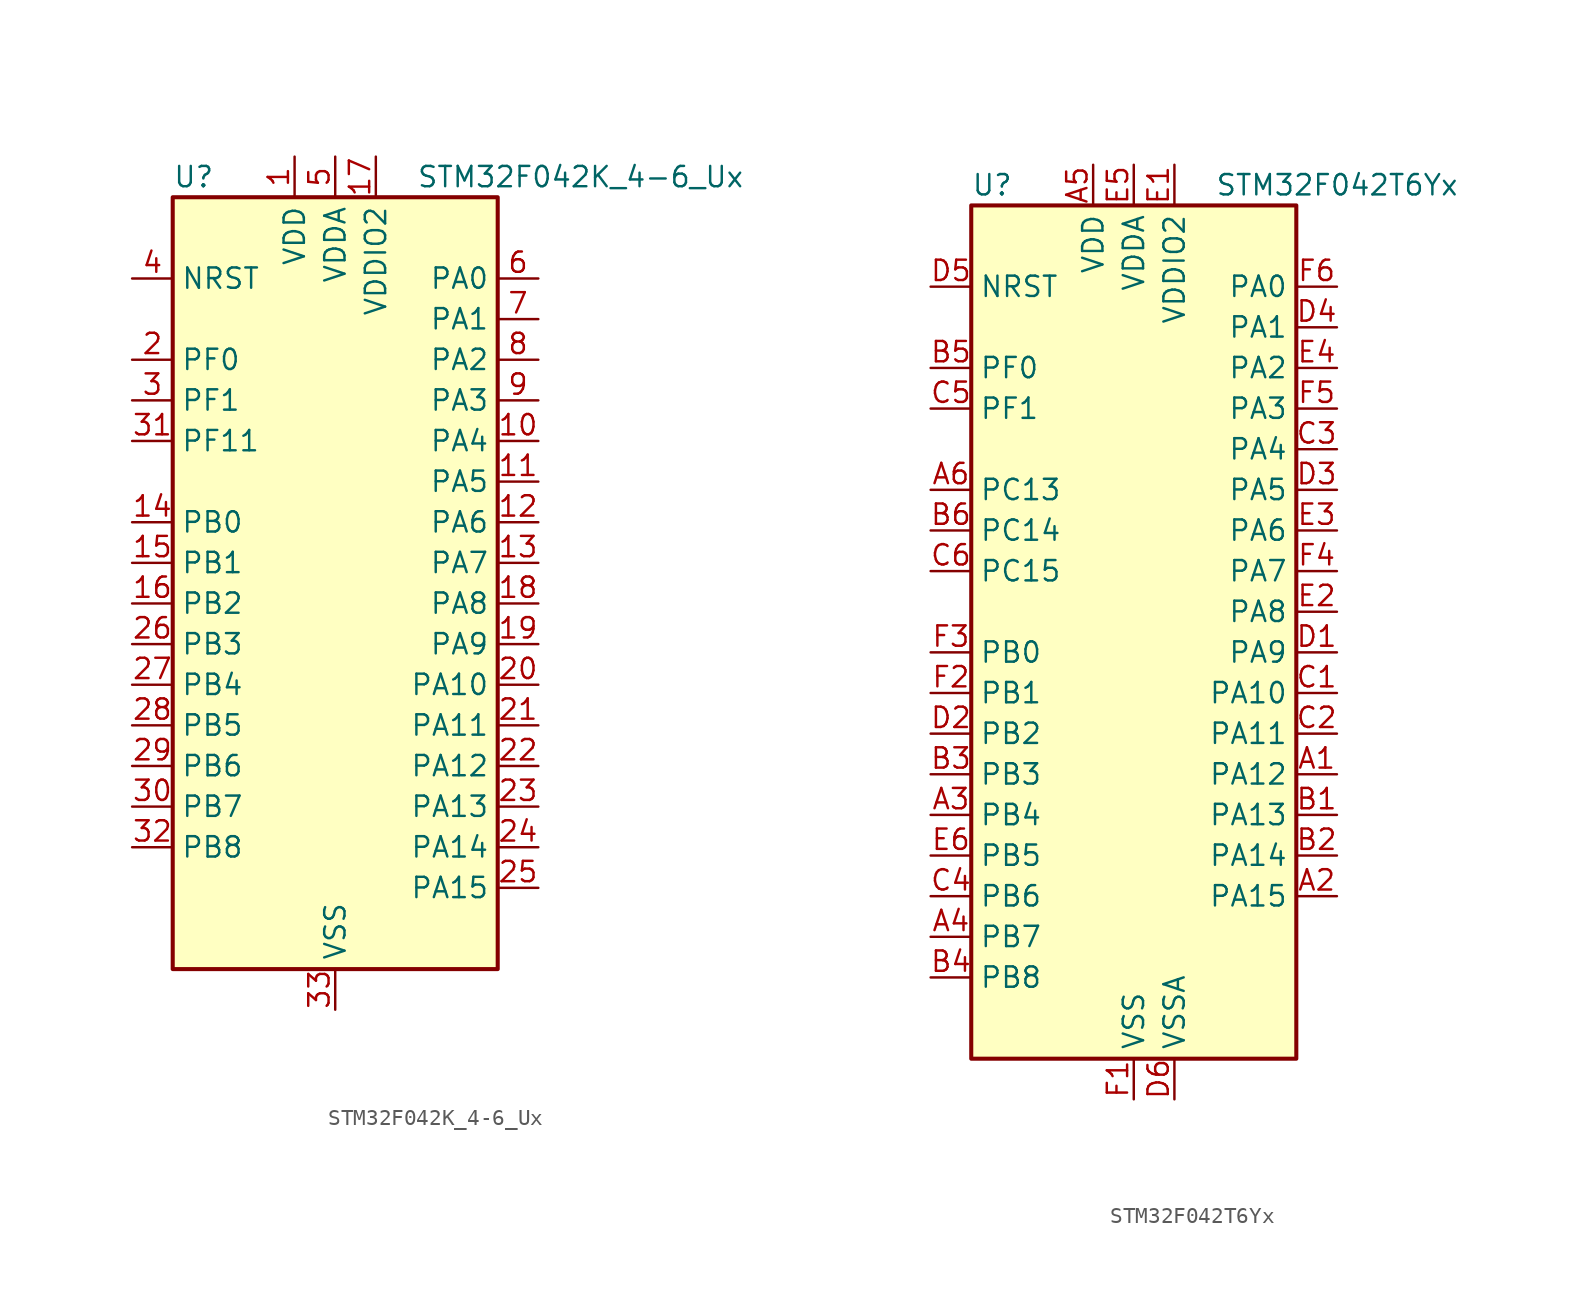
<source format=kicad_sym>
(kicad_symbol_lib
  (version 20241209)
  (generator "kicad_symbol_editor")
  (generator_version "9.0")
  (symbol "STM32F042K_4-6_Ux"
    (property "Reference" "U"
      (at -10.16 26.67 0)
      (effects (font (size 1.27 1.27)) (justify left)))
    (property "Value" "STM32F042K_4-6_Ux"
      (at 5.08 26.67 0)
      (effects (font (size 1.27 1.27)) (justify left)))
    (symbol "STM32F042K_4-6_Ux_0_1"
      (rectangle (start -10.16 -22.86) (end 10.16 25.4) (stroke (width 0.254) (type default)) (fill (type background))))
    (symbol "STM32F042K_4-6_Ux_1_1"
      (pin input line (at -12.7 20.32 0) (length 2.54) (name "NRST" (effects (font (size 1.27 1.27)))) (number "4" (effects (font (size 1.27 1.27)))))
      (pin bidirectional line (at -12.7 15.24 0) (length 2.54) (name "PF0" (effects (font (size 1.27 1.27)))) (number "2" (effects (font (size 1.27 1.27)))) (alternate "CRS_SYNC" bidirectional line) (alternate "I2C1_SDA" bidirectional line) (alternate "RCC_OSC_IN" bidirectional line))
      (pin bidirectional line (at -12.7 12.7 0) (length 2.54) (name "PF1" (effects (font (size 1.27 1.27)))) (number "3" (effects (font (size 1.27 1.27)))) (alternate "I2C1_SCL" bidirectional line) (alternate "RCC_OSC_OUT" bidirectional line))
      (pin bidirectional line (at -12.7 10.16 0) (length 2.54) (name "PF11" (effects (font (size 1.27 1.27)))) (number "31" (effects (font (size 1.27 1.27)))))
      (pin bidirectional line (at -12.7 5.08 0) (length 2.54) (name "PB0" (effects (font (size 1.27 1.27)))) (number "14" (effects (font (size 1.27 1.27)))) (alternate "ADC_IN8" bidirectional line) (alternate "TIM1_CH2N" bidirectional line) (alternate "TIM3_CH3" bidirectional line) (alternate "TSC_G3_IO2" bidirectional line))
      (pin bidirectional line (at -12.7 2.54 0) (length 2.54) (name "PB1" (effects (font (size 1.27 1.27)))) (number "15" (effects (font (size 1.27 1.27)))) (alternate "ADC_IN9" bidirectional line) (alternate "TIM14_CH1" bidirectional line) (alternate "TIM1_CH3N" bidirectional line) (alternate "TIM3_CH4" bidirectional line) (alternate "TSC_G3_IO3" bidirectional line))
      (pin bidirectional line (at -12.7 0 0) (length 2.54) (name "PB2" (effects (font (size 1.27 1.27)))) (number "16" (effects (font (size 1.27 1.27)))) (alternate "TSC_G3_IO4" bidirectional line))
      (pin bidirectional line (at -12.7 -2.54 0) (length 2.54) (name "PB3" (effects (font (size 1.27 1.27)))) (number "26" (effects (font (size 1.27 1.27)))) (alternate "I2S1_CK" bidirectional line) (alternate "SPI1_SCK" bidirectional line) (alternate "TIM2_CH2" bidirectional line) (alternate "TSC_G5_IO1" bidirectional line))
      (pin bidirectional line (at -12.7 -5.08 0) (length 2.54) (name "PB4" (effects (font (size 1.27 1.27)))) (number "27" (effects (font (size 1.27 1.27)))) (alternate "I2S1_MCK" bidirectional line) (alternate "SPI1_MISO" bidirectional line) (alternate "TIM17_BKIN" bidirectional line) (alternate "TIM3_CH1" bidirectional line) (alternate "TSC_G5_IO2" bidirectional line))
      (pin bidirectional line (at -12.7 -7.62 0) (length 2.54) (name "PB5" (effects (font (size 1.27 1.27)))) (number "28" (effects (font (size 1.27 1.27)))) (alternate "I2C1_SMBA" bidirectional line) (alternate "I2S1_SD" bidirectional line) (alternate "SPI1_MOSI" bidirectional line) (alternate "SYS_WKUP6" bidirectional line) (alternate "TIM16_BKIN" bidirectional line) (alternate "TIM3_CH2" bidirectional line))
      (pin bidirectional line (at -12.7 -10.16 0) (length 2.54) (name "PB6" (effects (font (size 1.27 1.27)))) (number "29" (effects (font (size 1.27 1.27)))) (alternate "I2C1_SCL" bidirectional line) (alternate "TIM16_CH1N" bidirectional line) (alternate "TSC_G5_IO3" bidirectional line) (alternate "USART1_TX" bidirectional line))
      (pin bidirectional line (at -12.7 -12.7 0) (length 2.54) (name "PB7" (effects (font (size 1.27 1.27)))) (number "30" (effects (font (size 1.27 1.27)))) (alternate "I2C1_SDA" bidirectional line) (alternate "TIM17_CH1N" bidirectional line) (alternate "TSC_G5_IO4" bidirectional line) (alternate "USART1_RX" bidirectional line))
      (pin bidirectional line (at -12.7 -15.24 0) (length 2.54) (name "PB8" (effects (font (size 1.27 1.27)))) (number "32" (effects (font (size 1.27 1.27)))) (alternate "CAN_RX" bidirectional line) (alternate "CEC" bidirectional line) (alternate "I2C1_SCL" bidirectional line) (alternate "TIM16_CH1" bidirectional line) (alternate "TSC_SYNC" bidirectional line))
      (pin power_in line (at -2.54 27.94 270) (length 2.54) (name "VDD" (effects (font (size 1.27 1.27)))) (number "1" (effects (font (size 1.27 1.27)))))
      (pin power_in line (at 0 27.94 270) (length 2.54) (name "VDDA" (effects (font (size 1.27 1.27)))) (number "5" (effects (font (size 1.27 1.27)))))
      (pin power_in line (at 0 -25.4 90) (length 2.54) (name "VSS" (effects (font (size 1.27 1.27)))) (number "33" (effects (font (size 1.27 1.27)))))
      (pin power_in line (at 2.54 27.94 270) (length 2.54) (name "VDDIO2" (effects (font (size 1.27 1.27)))) (number "17" (effects (font (size 1.27 1.27)))))
      (pin bidirectional line (at 12.7 20.32 180) (length 2.54) (name "PA0" (effects (font (size 1.27 1.27)))) (number "6" (effects (font (size 1.27 1.27)))) (alternate "ADC_IN0" bidirectional line) (alternate "RTC_TAMP2" bidirectional line) (alternate "SYS_WKUP1" bidirectional line) (alternate "TIM2_CH1" bidirectional line) (alternate "TIM2_ETR" bidirectional line) (alternate "TSC_G1_IO1" bidirectional line) (alternate "USART2_CTS" bidirectional line))
      (pin bidirectional line (at 12.7 17.78 180) (length 2.54) (name "PA1" (effects (font (size 1.27 1.27)))) (number "7" (effects (font (size 1.27 1.27)))) (alternate "ADC_IN1" bidirectional line) (alternate "TIM2_CH2" bidirectional line) (alternate "TSC_G1_IO2" bidirectional line) (alternate "USART2_DE" bidirectional line) (alternate "USART2_RTS" bidirectional line))
      (pin bidirectional line (at 12.7 15.24 180) (length 2.54) (name "PA2" (effects (font (size 1.27 1.27)))) (number "8" (effects (font (size 1.27 1.27)))) (alternate "ADC_IN2" bidirectional line) (alternate "SYS_WKUP4" bidirectional line) (alternate "TIM2_CH3" bidirectional line) (alternate "TSC_G1_IO3" bidirectional line) (alternate "USART2_TX" bidirectional line))
      (pin bidirectional line (at 12.7 12.7 180) (length 2.54) (name "PA3" (effects (font (size 1.27 1.27)))) (number "9" (effects (font (size 1.27 1.27)))) (alternate "ADC_IN3" bidirectional line) (alternate "TIM2_CH4" bidirectional line) (alternate "TSC_G1_IO4" bidirectional line) (alternate "USART2_RX" bidirectional line))
      (pin bidirectional line (at 12.7 10.16 180) (length 2.54) (name "PA4" (effects (font (size 1.27 1.27)))) (number "10" (effects (font (size 1.27 1.27)))) (alternate "ADC_IN4" bidirectional line) (alternate "I2S1_WS" bidirectional line) (alternate "SPI1_NSS" bidirectional line) (alternate "TIM14_CH1" bidirectional line) (alternate "TSC_G2_IO1" bidirectional line) (alternate "USART2_CK" bidirectional line) (alternate "USB_NOE" bidirectional line))
      (pin bidirectional line (at 12.7 7.62 180) (length 2.54) (name "PA5" (effects (font (size 1.27 1.27)))) (number "11" (effects (font (size 1.27 1.27)))) (alternate "ADC_IN5" bidirectional line) (alternate "CEC" bidirectional line) (alternate "I2S1_CK" bidirectional line) (alternate "SPI1_SCK" bidirectional line) (alternate "TIM2_CH1" bidirectional line) (alternate "TIM2_ETR" bidirectional line) (alternate "TSC_G2_IO2" bidirectional line))
      (pin bidirectional line (at 12.7 5.08 180) (length 2.54) (name "PA6" (effects (font (size 1.27 1.27)))) (number "12" (effects (font (size 1.27 1.27)))) (alternate "ADC_IN6" bidirectional line) (alternate "I2S1_MCK" bidirectional line) (alternate "SPI1_MISO" bidirectional line) (alternate "TIM16_CH1" bidirectional line) (alternate "TIM1_BKIN" bidirectional line) (alternate "TIM3_CH1" bidirectional line) (alternate "TSC_G2_IO3" bidirectional line))
      (pin bidirectional line (at 12.7 2.54 180) (length 2.54) (name "PA7" (effects (font (size 1.27 1.27)))) (number "13" (effects (font (size 1.27 1.27)))) (alternate "ADC_IN7" bidirectional line) (alternate "I2S1_SD" bidirectional line) (alternate "SPI1_MOSI" bidirectional line) (alternate "TIM14_CH1" bidirectional line) (alternate "TIM17_CH1" bidirectional line) (alternate "TIM1_CH1N" bidirectional line) (alternate "TIM3_CH2" bidirectional line) (alternate "TSC_G2_IO4" bidirectional line))
      (pin bidirectional line (at 12.7 0 180) (length 2.54) (name "PA8" (effects (font (size 1.27 1.27)))) (number "18" (effects (font (size 1.27 1.27)))) (alternate "CRS_SYNC" bidirectional line) (alternate "RCC_MCO" bidirectional line) (alternate "TIM1_CH1" bidirectional line) (alternate "USART1_CK" bidirectional line))
      (pin bidirectional line (at 12.7 -2.54 180) (length 2.54) (name "PA9" (effects (font (size 1.27 1.27)))) (number "19" (effects (font (size 1.27 1.27)))) (alternate "I2C1_SCL" bidirectional line) (alternate "TIM1_CH2" bidirectional line) (alternate "TSC_G4_IO1" bidirectional line) (alternate "USART1_TX" bidirectional line))
      (pin bidirectional line (at 12.7 -5.08 180) (length 2.54) (name "PA10" (effects (font (size 1.27 1.27)))) (number "20" (effects (font (size 1.27 1.27)))) (alternate "I2C1_SDA" bidirectional line) (alternate "TIM17_BKIN" bidirectional line) (alternate "TIM1_CH3" bidirectional line) (alternate "TSC_G4_IO2" bidirectional line) (alternate "USART1_RX" bidirectional line))
      (pin bidirectional line (at 12.7 -7.62 180) (length 2.54) (name "PA11" (effects (font (size 1.27 1.27)))) (number "21" (effects (font (size 1.27 1.27)))) (alternate "CAN_RX" bidirectional line) (alternate "I2C1_SCL" bidirectional line) (alternate "TIM1_CH4" bidirectional line) (alternate "TSC_G4_IO3" bidirectional line) (alternate "USART1_CTS" bidirectional line) (alternate "USB_DM" bidirectional line))
      (pin bidirectional line (at 12.7 -10.16 180) (length 2.54) (name "PA12" (effects (font (size 1.27 1.27)))) (number "22" (effects (font (size 1.27 1.27)))) (alternate "CAN_TX" bidirectional line) (alternate "I2C1_SDA" bidirectional line) (alternate "TIM1_ETR" bidirectional line) (alternate "TSC_G4_IO4" bidirectional line) (alternate "USART1_DE" bidirectional line) (alternate "USART1_RTS" bidirectional line) (alternate "USB_DP" bidirectional line))
      (pin bidirectional line (at 12.7 -12.7 180) (length 2.54) (name "PA13" (effects (font (size 1.27 1.27)))) (number "23" (effects (font (size 1.27 1.27)))) (alternate "IR_OUT" bidirectional line) (alternate "SYS_SWDIO" bidirectional line) (alternate "USB_NOE" bidirectional line))
      (pin bidirectional line (at 12.7 -15.24 180) (length 2.54) (name "PA14" (effects (font (size 1.27 1.27)))) (number "24" (effects (font (size 1.27 1.27)))) (alternate "SYS_SWCLK" bidirectional line) (alternate "USART2_TX" bidirectional line))
      (pin bidirectional line (at 12.7 -17.78 180) (length 2.54) (name "PA15" (effects (font (size 1.27 1.27)))) (number "25" (effects (font (size 1.27 1.27)))) (alternate "I2S1_WS" bidirectional line) (alternate "SPI1_NSS" bidirectional line) (alternate "TIM2_CH1" bidirectional line) (alternate "TIM2_ETR" bidirectional line) (alternate "USART2_RX" bidirectional line) (alternate "USB_NOE" bidirectional line))))
  (symbol "STM32F042T6Yx"
    (property "Reference" "U"
      (at -10.16 29.21 0)
      (effects (font (size 1.27 1.27)) (justify left)))
    (property "Value" "STM32F042T6Yx"
      (at 5.08 29.21 0)
      (effects (font (size 1.27 1.27)) (justify left)))
    (symbol "STM32F042T6Yx_0_1"
      (rectangle (start -10.16 -25.4) (end 10.16 27.94) (stroke (width 0.254) (type default)) (fill (type background))))
    (symbol "STM32F042T6Yx_1_1"
      (pin input line (at -12.7 22.86 0) (length 2.54) (name "NRST" (effects (font (size 1.27 1.27)))) (number "D5" (effects (font (size 1.27 1.27)))))
      (pin bidirectional line (at -12.7 17.78 0) (length 2.54) (name "PF0" (effects (font (size 1.27 1.27)))) (number "B5" (effects (font (size 1.27 1.27)))) (alternate "CRS_SYNC" bidirectional line) (alternate "I2C1_SDA" bidirectional line) (alternate "RCC_OSC_IN" bidirectional line))
      (pin bidirectional line (at -12.7 15.24 0) (length 2.54) (name "PF1" (effects (font (size 1.27 1.27)))) (number "C5" (effects (font (size 1.27 1.27)))) (alternate "I2C1_SCL" bidirectional line) (alternate "RCC_OSC_OUT" bidirectional line))
      (pin bidirectional line (at -12.7 10.16 0) (length 2.54) (name "PC13" (effects (font (size 1.27 1.27)))) (number "A6" (effects (font (size 1.27 1.27)))) (alternate "RTC_OUT_ALARM" bidirectional line) (alternate "RTC_OUT_CALIB" bidirectional line) (alternate "RTC_TAMP1" bidirectional line) (alternate "RTC_TS" bidirectional line) (alternate "SYS_WKUP2" bidirectional line))
      (pin bidirectional line (at -12.7 7.62 0) (length 2.54) (name "PC14" (effects (font (size 1.27 1.27)))) (number "B6" (effects (font (size 1.27 1.27)))) (alternate "RCC_OSC32_IN" bidirectional line))
      (pin bidirectional line (at -12.7 5.08 0) (length 2.54) (name "PC15" (effects (font (size 1.27 1.27)))) (number "C6" (effects (font (size 1.27 1.27)))) (alternate "RCC_OSC32_OUT" bidirectional line))
      (pin bidirectional line (at -12.7 0 0) (length 2.54) (name "PB0" (effects (font (size 1.27 1.27)))) (number "F3" (effects (font (size 1.27 1.27)))) (alternate "ADC_IN8" bidirectional line) (alternate "TIM1_CH2N" bidirectional line) (alternate "TIM3_CH3" bidirectional line) (alternate "TSC_G3_IO2" bidirectional line))
      (pin bidirectional line (at -12.7 -2.54 0) (length 2.54) (name "PB1" (effects (font (size 1.27 1.27)))) (number "F2" (effects (font (size 1.27 1.27)))) (alternate "ADC_IN9" bidirectional line) (alternate "TIM14_CH1" bidirectional line) (alternate "TIM1_CH3N" bidirectional line) (alternate "TIM3_CH4" bidirectional line) (alternate "TSC_G3_IO3" bidirectional line))
      (pin bidirectional line (at -12.7 -5.08 0) (length 2.54) (name "PB2" (effects (font (size 1.27 1.27)))) (number "D2" (effects (font (size 1.27 1.27)))) (alternate "TSC_G3_IO4" bidirectional line))
      (pin bidirectional line (at -12.7 -7.62 0) (length 2.54) (name "PB3" (effects (font (size 1.27 1.27)))) (number "B3" (effects (font (size 1.27 1.27)))) (alternate "I2S1_CK" bidirectional line) (alternate "SPI1_SCK" bidirectional line) (alternate "TIM2_CH2" bidirectional line) (alternate "TSC_G5_IO1" bidirectional line))
      (pin bidirectional line (at -12.7 -10.16 0) (length 2.54) (name "PB4" (effects (font (size 1.27 1.27)))) (number "A3" (effects (font (size 1.27 1.27)))) (alternate "I2S1_MCK" bidirectional line) (alternate "SPI1_MISO" bidirectional line) (alternate "TIM17_BKIN" bidirectional line) (alternate "TIM3_CH1" bidirectional line) (alternate "TSC_G5_IO2" bidirectional line))
      (pin bidirectional line (at -12.7 -12.7 0) (length 2.54) (name "PB5" (effects (font (size 1.27 1.27)))) (number "E6" (effects (font (size 1.27 1.27)))) (alternate "I2C1_SMBA" bidirectional line) (alternate "I2S1_SD" bidirectional line) (alternate "SPI1_MOSI" bidirectional line) (alternate "SYS_WKUP6" bidirectional line) (alternate "TIM16_BKIN" bidirectional line) (alternate "TIM3_CH2" bidirectional line))
      (pin bidirectional line (at -12.7 -15.24 0) (length 2.54) (name "PB6" (effects (font (size 1.27 1.27)))) (number "C4" (effects (font (size 1.27 1.27)))) (alternate "I2C1_SCL" bidirectional line) (alternate "TIM16_CH1N" bidirectional line) (alternate "TSC_G5_IO3" bidirectional line) (alternate "USART1_TX" bidirectional line))
      (pin bidirectional line (at -12.7 -17.78 0) (length 2.54) (name "PB7" (effects (font (size 1.27 1.27)))) (number "A4" (effects (font (size 1.27 1.27)))) (alternate "I2C1_SDA" bidirectional line) (alternate "TIM17_CH1N" bidirectional line) (alternate "TSC_G5_IO4" bidirectional line) (alternate "USART1_RX" bidirectional line))
      (pin bidirectional line (at -12.7 -20.32 0) (length 2.54) (name "PB8" (effects (font (size 1.27 1.27)))) (number "B4" (effects (font (size 1.27 1.27)))) (alternate "CAN_RX" bidirectional line) (alternate "CEC" bidirectional line) (alternate "I2C1_SCL" bidirectional line) (alternate "TIM16_CH1" bidirectional line) (alternate "TSC_SYNC" bidirectional line))
      (pin power_in line (at -2.54 30.48 270) (length 2.54) (name "VDD" (effects (font (size 1.27 1.27)))) (number "A5" (effects (font (size 1.27 1.27)))))
      (pin power_in line (at 0 30.48 270) (length 2.54) (name "VDDA" (effects (font (size 1.27 1.27)))) (number "E5" (effects (font (size 1.27 1.27)))))
      (pin power_in line (at 0 -27.94 90) (length 2.54) (name "VSS" (effects (font (size 1.27 1.27)))) (number "F1" (effects (font (size 1.27 1.27)))))
      (pin power_in line (at 2.54 30.48 270) (length 2.54) (name "VDDIO2" (effects (font (size 1.27 1.27)))) (number "E1" (effects (font (size 1.27 1.27)))))
      (pin power_in line (at 2.54 -27.94 90) (length 2.54) (name "VSSA" (effects (font (size 1.27 1.27)))) (number "D6" (effects (font (size 1.27 1.27)))))
      (pin bidirectional line (at 12.7 22.86 180) (length 2.54) (name "PA0" (effects (font (size 1.27 1.27)))) (number "F6" (effects (font (size 1.27 1.27)))) (alternate "ADC_IN0" bidirectional line) (alternate "RTC_TAMP2" bidirectional line) (alternate "SYS_WKUP1" bidirectional line) (alternate "TIM2_CH1" bidirectional line) (alternate "TIM2_ETR" bidirectional line) (alternate "TSC_G1_IO1" bidirectional line) (alternate "USART2_CTS" bidirectional line))
      (pin bidirectional line (at 12.7 20.32 180) (length 2.54) (name "PA1" (effects (font (size 1.27 1.27)))) (number "D4" (effects (font (size 1.27 1.27)))) (alternate "ADC_IN1" bidirectional line) (alternate "TIM2_CH2" bidirectional line) (alternate "TSC_G1_IO2" bidirectional line) (alternate "USART2_DE" bidirectional line) (alternate "USART2_RTS" bidirectional line))
      (pin bidirectional line (at 12.7 17.78 180) (length 2.54) (name "PA2" (effects (font (size 1.27 1.27)))) (number "E4" (effects (font (size 1.27 1.27)))) (alternate "ADC_IN2" bidirectional line) (alternate "SYS_WKUP4" bidirectional line) (alternate "TIM2_CH3" bidirectional line) (alternate "TSC_G1_IO3" bidirectional line) (alternate "USART2_TX" bidirectional line))
      (pin bidirectional line (at 12.7 15.24 180) (length 2.54) (name "PA3" (effects (font (size 1.27 1.27)))) (number "F5" (effects (font (size 1.27 1.27)))) (alternate "ADC_IN3" bidirectional line) (alternate "TIM2_CH4" bidirectional line) (alternate "TSC_G1_IO4" bidirectional line) (alternate "USART2_RX" bidirectional line))
      (pin bidirectional line (at 12.7 12.7 180) (length 2.54) (name "PA4" (effects (font (size 1.27 1.27)))) (number "C3" (effects (font (size 1.27 1.27)))) (alternate "ADC_IN4" bidirectional line) (alternate "I2S1_WS" bidirectional line) (alternate "SPI1_NSS" bidirectional line) (alternate "TIM14_CH1" bidirectional line) (alternate "TSC_G2_IO1" bidirectional line) (alternate "USART2_CK" bidirectional line) (alternate "USB_NOE" bidirectional line))
      (pin bidirectional line (at 12.7 10.16 180) (length 2.54) (name "PA5" (effects (font (size 1.27 1.27)))) (number "D3" (effects (font (size 1.27 1.27)))) (alternate "ADC_IN5" bidirectional line) (alternate "CEC" bidirectional line) (alternate "I2S1_CK" bidirectional line) (alternate "SPI1_SCK" bidirectional line) (alternate "TIM2_CH1" bidirectional line) (alternate "TIM2_ETR" bidirectional line) (alternate "TSC_G2_IO2" bidirectional line))
      (pin bidirectional line (at 12.7 7.62 180) (length 2.54) (name "PA6" (effects (font (size 1.27 1.27)))) (number "E3" (effects (font (size 1.27 1.27)))) (alternate "ADC_IN6" bidirectional line) (alternate "I2S1_MCK" bidirectional line) (alternate "SPI1_MISO" bidirectional line) (alternate "TIM16_CH1" bidirectional line) (alternate "TIM1_BKIN" bidirectional line) (alternate "TIM3_CH1" bidirectional line) (alternate "TSC_G2_IO3" bidirectional line))
      (pin bidirectional line (at 12.7 5.08 180) (length 2.54) (name "PA7" (effects (font (size 1.27 1.27)))) (number "F4" (effects (font (size 1.27 1.27)))) (alternate "ADC_IN7" bidirectional line) (alternate "I2S1_SD" bidirectional line) (alternate "SPI1_MOSI" bidirectional line) (alternate "TIM14_CH1" bidirectional line) (alternate "TIM17_CH1" bidirectional line) (alternate "TIM1_CH1N" bidirectional line) (alternate "TIM3_CH2" bidirectional line) (alternate "TSC_G2_IO4" bidirectional line))
      (pin bidirectional line (at 12.7 2.54 180) (length 2.54) (name "PA8" (effects (font (size 1.27 1.27)))) (number "E2" (effects (font (size 1.27 1.27)))) (alternate "CRS_SYNC" bidirectional line) (alternate "RCC_MCO" bidirectional line) (alternate "TIM1_CH1" bidirectional line) (alternate "USART1_CK" bidirectional line))
      (pin bidirectional line (at 12.7 0 180) (length 2.54) (name "PA9" (effects (font (size 1.27 1.27)))) (number "D1" (effects (font (size 1.27 1.27)))) (alternate "I2C1_SCL" bidirectional line) (alternate "TIM1_CH2" bidirectional line) (alternate "TSC_G4_IO1" bidirectional line) (alternate "USART1_TX" bidirectional line))
      (pin bidirectional line (at 12.7 -2.54 180) (length 2.54) (name "PA10" (effects (font (size 1.27 1.27)))) (number "C1" (effects (font (size 1.27 1.27)))) (alternate "I2C1_SDA" bidirectional line) (alternate "TIM17_BKIN" bidirectional line) (alternate "TIM1_CH3" bidirectional line) (alternate "TSC_G4_IO2" bidirectional line) (alternate "USART1_RX" bidirectional line))
      (pin bidirectional line (at 12.7 -5.08 180) (length 2.54) (name "PA11" (effects (font (size 1.27 1.27)))) (number "C2" (effects (font (size 1.27 1.27)))) (alternate "CAN_RX" bidirectional line) (alternate "I2C1_SCL" bidirectional line) (alternate "TIM1_CH4" bidirectional line) (alternate "TSC_G4_IO3" bidirectional line) (alternate "USART1_CTS" bidirectional line) (alternate "USB_DM" bidirectional line))
      (pin bidirectional line (at 12.7 -7.62 180) (length 2.54) (name "PA12" (effects (font (size 1.27 1.27)))) (number "A1" (effects (font (size 1.27 1.27)))) (alternate "CAN_TX" bidirectional line) (alternate "I2C1_SDA" bidirectional line) (alternate "TIM1_ETR" bidirectional line) (alternate "TSC_G4_IO4" bidirectional line) (alternate "USART1_DE" bidirectional line) (alternate "USART1_RTS" bidirectional line) (alternate "USB_DP" bidirectional line))
      (pin bidirectional line (at 12.7 -10.16 180) (length 2.54) (name "PA13" (effects (font (size 1.27 1.27)))) (number "B1" (effects (font (size 1.27 1.27)))) (alternate "IR_OUT" bidirectional line) (alternate "SYS_SWDIO" bidirectional line) (alternate "USB_NOE" bidirectional line))
      (pin bidirectional line (at 12.7 -12.7 180) (length 2.54) (name "PA14" (effects (font (size 1.27 1.27)))) (number "B2" (effects (font (size 1.27 1.27)))) (alternate "SYS_SWCLK" bidirectional line) (alternate "USART2_TX" bidirectional line))
      (pin bidirectional line (at 12.7 -15.24 180) (length 2.54) (name "PA15" (effects (font (size 1.27 1.27)))) (number "A2" (effects (font (size 1.27 1.27)))) (alternate "I2S1_WS" bidirectional line) (alternate "SPI1_NSS" bidirectional line) (alternate "TIM2_CH1" bidirectional line) (alternate "TIM2_ETR" bidirectional line) (alternate "USART2_RX" bidirectional line) (alternate "USB_NOE" bidirectional line)))))
</source>
